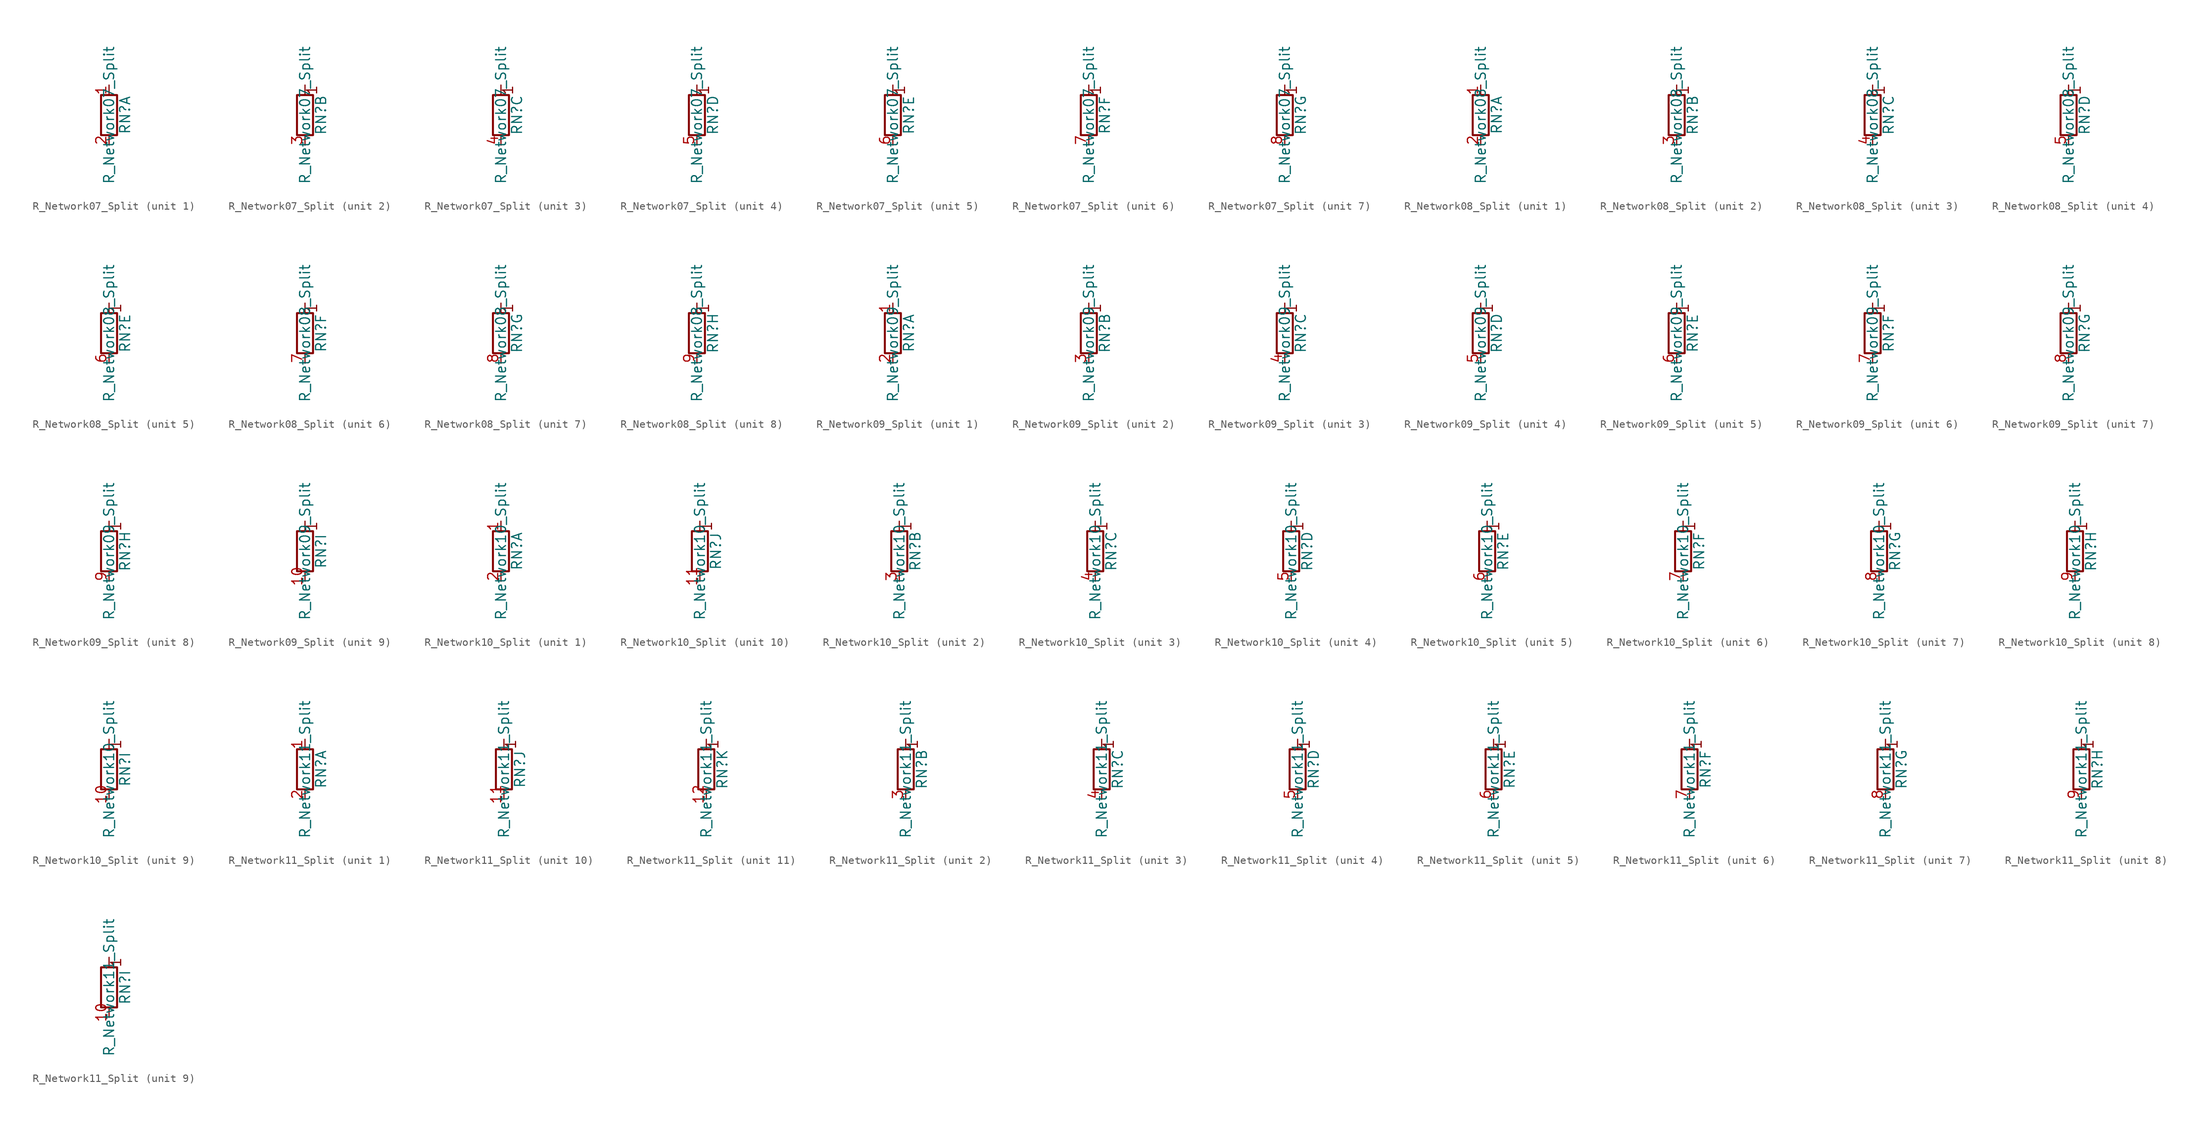
<source format=kicad_sym>
(kicad_symbol_lib
  (version 20220914)
  (generator kicad_symbol_editor)
  (symbol "R_Network07_Split"
    (pin_names
      (offset 0) hide)
    (property "Reference" "RN"
      (at 2.032 0 90)
      (effects (font (size 1.27 1.27))))
    (property "Value" "R_Network07_Split"
      (at 0 0 90)
      (effects (font (size 1.27 1.27))))
    (symbol "R_Network07_Split_0_1"
      (rectangle (start 1.016 2.54) (end -1.016 -2.54) (stroke (width 0.254) (type default)) (fill (type none))))
    (symbol "R_Network07_Split_1_1"
      (pin passive line (at 0 3.81 270) (length 1.27) (name "R1.1" (effects (font (size 1.27 1.27)))) (number "1" (effects (font (size 1.27 1.27)))))
      (pin passive line (at 0 -3.81 90) (length 1.27) (name "R1.2" (effects (font (size 1.27 1.27)))) (number "2" (effects (font (size 1.27 1.27))))))
    (symbol "R_Network07_Split_2_1"
      (polyline (pts (xy 0 2.54) (xy 0 3.81)) (stroke (width 0) (type default)) (fill (type none)))
      (text "1" (at 0.889 3.175 900) (effects (font (size 1.27 1.27))))
      (pin passive line (at 0 -3.81 90) (length 1.27) (name "R2.2" (effects (font (size 1.27 1.27)))) (number "3" (effects (font (size 1.27 1.27))))))
    (symbol "R_Network07_Split_3_1"
      (polyline (pts (xy 0 2.54) (xy 0 3.81)) (stroke (width 0) (type default)) (fill (type none)))
      (text "1" (at 0.889 3.175 900) (effects (font (size 1.27 1.27))))
      (pin passive line (at 0 -3.81 90) (length 1.27) (name "R3.2" (effects (font (size 1.27 1.27)))) (number "4" (effects (font (size 1.27 1.27))))))
    (symbol "R_Network07_Split_4_1"
      (polyline (pts (xy 0 2.54) (xy 0 3.81)) (stroke (width 0) (type default)) (fill (type none)))
      (text "1" (at 0.889 3.175 900) (effects (font (size 1.27 1.27))))
      (pin passive line (at 0 -3.81 90) (length 1.27) (name "R4.2" (effects (font (size 1.27 1.27)))) (number "5" (effects (font (size 1.27 1.27))))))
    (symbol "R_Network07_Split_5_1"
      (polyline (pts (xy 0 2.54) (xy 0 3.81)) (stroke (width 0) (type default)) (fill (type none)))
      (text "1" (at 0.889 3.175 900) (effects (font (size 1.27 1.27))))
      (pin passive line (at 0 -3.81 90) (length 1.27) (name "R5.2" (effects (font (size 1.27 1.27)))) (number "6" (effects (font (size 1.27 1.27))))))
    (symbol "R_Network07_Split_6_1"
      (polyline (pts (xy 0 2.54) (xy 0 3.81)) (stroke (width 0) (type default)) (fill (type none)))
      (text "1" (at 0.889 3.175 900) (effects (font (size 1.27 1.27))))
      (pin passive line (at 0 -3.81 90) (length 1.27) (name "R6.2" (effects (font (size 1.27 1.27)))) (number "7" (effects (font (size 1.27 1.27))))))
    (symbol "R_Network07_Split_7_1"
      (polyline (pts (xy 0 2.54) (xy 0 3.81)) (stroke (width 0) (type default)) (fill (type none)))
      (text "1" (at 0.889 3.175 900) (effects (font (size 1.27 1.27))))
      (pin passive line (at 0 -3.81 90) (length 1.27) (name "R7.2" (effects (font (size 1.27 1.27)))) (number "8" (effects (font (size 1.27 1.27)))))))
  (symbol "R_Network08_Split"
    (pin_names
      (offset 0) hide)
    (property "Reference" "RN"
      (at 2.032 0 90)
      (effects (font (size 1.27 1.27))))
    (property "Value" "R_Network08_Split"
      (at 0 0 90)
      (effects (font (size 1.27 1.27))))
    (symbol "R_Network08_Split_0_1"
      (rectangle (start 1.016 2.54) (end -1.016 -2.54) (stroke (width 0.254) (type default)) (fill (type none))))
    (symbol "R_Network08_Split_1_1"
      (pin passive line (at 0 3.81 270) (length 1.27) (name "R1.1" (effects (font (size 1.27 1.27)))) (number "1" (effects (font (size 1.27 1.27)))))
      (pin passive line (at 0 -3.81 90) (length 1.27) (name "R1.2" (effects (font (size 1.27 1.27)))) (number "2" (effects (font (size 1.27 1.27))))))
    (symbol "R_Network08_Split_2_1"
      (polyline (pts (xy 0 2.54) (xy 0 3.81)) (stroke (width 0) (type default)) (fill (type none)))
      (text "1" (at 0.889 3.175 900) (effects (font (size 1.27 1.27))))
      (pin passive line (at 0 -3.81 90) (length 1.27) (name "R2.2" (effects (font (size 1.27 1.27)))) (number "3" (effects (font (size 1.27 1.27))))))
    (symbol "R_Network08_Split_3_1"
      (polyline (pts (xy 0 2.54) (xy 0 3.81)) (stroke (width 0) (type default)) (fill (type none)))
      (text "1" (at 0.889 3.175 900) (effects (font (size 1.27 1.27))))
      (pin passive line (at 0 -3.81 90) (length 1.27) (name "R3.2" (effects (font (size 1.27 1.27)))) (number "4" (effects (font (size 1.27 1.27))))))
    (symbol "R_Network08_Split_4_1"
      (polyline (pts (xy 0 2.54) (xy 0 3.81)) (stroke (width 0) (type default)) (fill (type none)))
      (text "1" (at 0.889 3.175 900) (effects (font (size 1.27 1.27))))
      (pin passive line (at 0 -3.81 90) (length 1.27) (name "R4.2" (effects (font (size 1.27 1.27)))) (number "5" (effects (font (size 1.27 1.27))))))
    (symbol "R_Network08_Split_5_1"
      (polyline (pts (xy 0 2.54) (xy 0 3.81)) (stroke (width 0) (type default)) (fill (type none)))
      (text "1" (at 0.889 3.175 900) (effects (font (size 1.27 1.27))))
      (pin passive line (at 0 -3.81 90) (length 1.27) (name "R5.2" (effects (font (size 1.27 1.27)))) (number "6" (effects (font (size 1.27 1.27))))))
    (symbol "R_Network08_Split_6_1"
      (polyline (pts (xy 0 2.54) (xy 0 3.81)) (stroke (width 0) (type default)) (fill (type none)))
      (text "1" (at 0.889 3.175 900) (effects (font (size 1.27 1.27))))
      (pin passive line (at 0 -3.81 90) (length 1.27) (name "R6.2" (effects (font (size 1.27 1.27)))) (number "7" (effects (font (size 1.27 1.27))))))
    (symbol "R_Network08_Split_7_1"
      (polyline (pts (xy 0 2.54) (xy 0 3.81)) (stroke (width 0) (type default)) (fill (type none)))
      (text "1" (at 0.889 3.175 900) (effects (font (size 1.27 1.27))))
      (pin passive line (at 0 -3.81 90) (length 1.27) (name "R7.2" (effects (font (size 1.27 1.27)))) (number "8" (effects (font (size 1.27 1.27))))))
    (symbol "R_Network08_Split_8_1"
      (polyline (pts (xy 0 2.54) (xy 0 3.81)) (stroke (width 0) (type default)) (fill (type none)))
      (text "1" (at 0.889 3.175 900) (effects (font (size 1.27 1.27))))
      (pin passive line (at 0 -3.81 90) (length 1.27) (name "R8.2" (effects (font (size 1.27 1.27)))) (number "9" (effects (font (size 1.27 1.27)))))))
  (symbol "R_Network09_Split"
    (pin_names
      (offset 0) hide)
    (property "Reference" "RN"
      (at 2.032 0 90)
      (effects (font (size 1.27 1.27))))
    (property "Value" "R_Network09_Split"
      (at 0 0 90)
      (effects (font (size 1.27 1.27))))
    (symbol "R_Network09_Split_0_1"
      (rectangle (start 1.016 2.54) (end -1.016 -2.54) (stroke (width 0.254) (type default)) (fill (type none))))
    (symbol "R_Network09_Split_1_1"
      (pin passive line (at 0 3.81 270) (length 1.27) (name "R1.1" (effects (font (size 1.27 1.27)))) (number "1" (effects (font (size 1.27 1.27)))))
      (pin passive line (at 0 -3.81 90) (length 1.27) (name "R1.2" (effects (font (size 1.27 1.27)))) (number "2" (effects (font (size 1.27 1.27))))))
    (symbol "R_Network09_Split_2_1"
      (polyline (pts (xy 0 2.54) (xy 0 3.81)) (stroke (width 0) (type default)) (fill (type none)))
      (text "1" (at 0.889 3.175 900) (effects (font (size 1.27 1.27))))
      (pin passive line (at 0 -3.81 90) (length 1.27) (name "R2.2" (effects (font (size 1.27 1.27)))) (number "3" (effects (font (size 1.27 1.27))))))
    (symbol "R_Network09_Split_3_1"
      (polyline (pts (xy 0 2.54) (xy 0 3.81)) (stroke (width 0) (type default)) (fill (type none)))
      (text "1" (at 0.889 3.175 900) (effects (font (size 1.27 1.27))))
      (pin passive line (at 0 -3.81 90) (length 1.27) (name "R3.2" (effects (font (size 1.27 1.27)))) (number "4" (effects (font (size 1.27 1.27))))))
    (symbol "R_Network09_Split_4_1"
      (polyline (pts (xy 0 2.54) (xy 0 3.81)) (stroke (width 0) (type default)) (fill (type none)))
      (text "1" (at 0.889 3.175 900) (effects (font (size 1.27 1.27))))
      (pin passive line (at 0 -3.81 90) (length 1.27) (name "R4.2" (effects (font (size 1.27 1.27)))) (number "5" (effects (font (size 1.27 1.27))))))
    (symbol "R_Network09_Split_5_1"
      (polyline (pts (xy 0 2.54) (xy 0 3.81)) (stroke (width 0) (type default)) (fill (type none)))
      (text "1" (at 0.889 3.175 900) (effects (font (size 1.27 1.27))))
      (pin passive line (at 0 -3.81 90) (length 1.27) (name "R5.2" (effects (font (size 1.27 1.27)))) (number "6" (effects (font (size 1.27 1.27))))))
    (symbol "R_Network09_Split_6_1"
      (polyline (pts (xy 0 2.54) (xy 0 3.81)) (stroke (width 0) (type default)) (fill (type none)))
      (text "1" (at 0.889 3.175 900) (effects (font (size 1.27 1.27))))
      (pin passive line (at 0 -3.81 90) (length 1.27) (name "R6.2" (effects (font (size 1.27 1.27)))) (number "7" (effects (font (size 1.27 1.27))))))
    (symbol "R_Network09_Split_7_1"
      (polyline (pts (xy 0 2.54) (xy 0 3.81)) (stroke (width 0) (type default)) (fill (type none)))
      (text "1" (at 0.889 3.175 900) (effects (font (size 1.27 1.27))))
      (pin passive line (at 0 -3.81 90) (length 1.27) (name "R7.2" (effects (font (size 1.27 1.27)))) (number "8" (effects (font (size 1.27 1.27))))))
    (symbol "R_Network09_Split_8_1"
      (polyline (pts (xy 0 2.54) (xy 0 3.81)) (stroke (width 0) (type default)) (fill (type none)))
      (text "1" (at 0.889 3.175 900) (effects (font (size 1.27 1.27))))
      (pin passive line (at 0 -3.81 90) (length 1.27) (name "R8.2" (effects (font (size 1.27 1.27)))) (number "9" (effects (font (size 1.27 1.27))))))
    (symbol "R_Network09_Split_9_1"
      (polyline (pts (xy 0 2.54) (xy 0 3.81)) (stroke (width 0) (type default)) (fill (type none)))
      (text "1" (at 0.889 3.175 900) (effects (font (size 1.27 1.27))))
      (pin passive line (at 0 -3.81 90) (length 1.27) (name "R9.2" (effects (font (size 1.27 1.27)))) (number "10" (effects (font (size 1.27 1.27)))))))
  (symbol "R_Network10_Split"
    (pin_names
      (offset 0) hide)
    (property "Reference" "RN"
      (at 2.032 0 90)
      (effects (font (size 1.27 1.27))))
    (property "Value" "R_Network10_Split"
      (at 0 0 90)
      (effects (font (size 1.27 1.27))))
    (symbol "R_Network10_Split_0_1"
      (rectangle (start 1.016 2.54) (end -1.016 -2.54) (stroke (width 0.254) (type default)) (fill (type none))))
    (symbol "R_Network10_Split_1_1"
      (pin passive line (at 0 3.81 270) (length 1.27) (name "R1.1" (effects (font (size 1.27 1.27)))) (number "1" (effects (font (size 1.27 1.27)))))
      (pin passive line (at 0 -3.81 90) (length 1.27) (name "R1.2" (effects (font (size 1.27 1.27)))) (number "2" (effects (font (size 1.27 1.27))))))
    (symbol "R_Network10_Split_2_1"
      (polyline (pts (xy 0 2.54) (xy 0 3.81)) (stroke (width 0) (type default)) (fill (type none)))
      (text "1" (at 0.889 3.175 900) (effects (font (size 1.27 1.27))))
      (pin passive line (at 0 -3.81 90) (length 1.27) (name "R2.2" (effects (font (size 1.27 1.27)))) (number "3" (effects (font (size 1.27 1.27))))))
    (symbol "R_Network10_Split_3_1"
      (polyline (pts (xy 0 2.54) (xy 0 3.81)) (stroke (width 0) (type default)) (fill (type none)))
      (text "1" (at 0.889 3.175 900) (effects (font (size 1.27 1.27))))
      (pin passive line (at 0 -3.81 90) (length 1.27) (name "R3.2" (effects (font (size 1.27 1.27)))) (number "4" (effects (font (size 1.27 1.27))))))
    (symbol "R_Network10_Split_4_1"
      (polyline (pts (xy 0 2.54) (xy 0 3.81)) (stroke (width 0) (type default)) (fill (type none)))
      (text "1" (at 0.889 3.175 900) (effects (font (size 1.27 1.27))))
      (pin passive line (at 0 -3.81 90) (length 1.27) (name "R4.2" (effects (font (size 1.27 1.27)))) (number "5" (effects (font (size 1.27 1.27))))))
    (symbol "R_Network10_Split_5_1"
      (polyline (pts (xy 0 2.54) (xy 0 3.81)) (stroke (width 0) (type default)) (fill (type none)))
      (text "1" (at 0.889 3.175 900) (effects (font (size 1.27 1.27))))
      (pin passive line (at 0 -3.81 90) (length 1.27) (name "R5.2" (effects (font (size 1.27 1.27)))) (number "6" (effects (font (size 1.27 1.27))))))
    (symbol "R_Network10_Split_6_1"
      (polyline (pts (xy 0 2.54) (xy 0 3.81)) (stroke (width 0) (type default)) (fill (type none)))
      (text "1" (at 0.889 3.175 900) (effects (font (size 1.27 1.27))))
      (pin passive line (at 0 -3.81 90) (length 1.27) (name "R6.2" (effects (font (size 1.27 1.27)))) (number "7" (effects (font (size 1.27 1.27))))))
    (symbol "R_Network10_Split_7_1"
      (polyline (pts (xy 0 2.54) (xy 0 3.81)) (stroke (width 0) (type default)) (fill (type none)))
      (text "1" (at 0.889 3.175 900) (effects (font (size 1.27 1.27))))
      (pin passive line (at 0 -3.81 90) (length 1.27) (name "R7.2" (effects (font (size 1.27 1.27)))) (number "8" (effects (font (size 1.27 1.27))))))
    (symbol "R_Network10_Split_8_1"
      (polyline (pts (xy 0 2.54) (xy 0 3.81)) (stroke (width 0) (type default)) (fill (type none)))
      (text "1" (at 0.889 3.175 900) (effects (font (size 1.27 1.27))))
      (pin passive line (at 0 -3.81 90) (length 1.27) (name "R8.2" (effects (font (size 1.27 1.27)))) (number "9" (effects (font (size 1.27 1.27))))))
    (symbol "R_Network10_Split_9_1"
      (polyline (pts (xy 0 2.54) (xy 0 3.81)) (stroke (width 0) (type default)) (fill (type none)))
      (text "1" (at 0.889 3.175 900) (effects (font (size 1.27 1.27))))
      (pin passive line (at 0 -3.81 90) (length 1.27) (name "R9.2" (effects (font (size 1.27 1.27)))) (number "10" (effects (font (size 1.27 1.27))))))
    (symbol "R_Network10_Split_10_1"
      (polyline (pts (xy 0 2.54) (xy 0 3.81)) (stroke (width 0) (type default)) (fill (type none)))
      (text "1" (at 0.889 3.175 900) (effects (font (size 1.27 1.27))))
      (pin passive line (at 0 -3.81 90) (length 1.27) (name "R10.2" (effects (font (size 1.27 1.27)))) (number "11" (effects (font (size 1.27 1.27)))))))
  (symbol "R_Network11_Split"
    (pin_names
      (offset 0) hide)
    (property "Reference" "RN"
      (at 2.032 0 90)
      (effects (font (size 1.27 1.27))))
    (property "Value" "R_Network11_Split"
      (at 0 0 90)
      (effects (font (size 1.27 1.27))))
    (symbol "R_Network11_Split_0_1"
      (rectangle (start 1.016 2.54) (end -1.016 -2.54) (stroke (width 0.254) (type default)) (fill (type none))))
    (symbol "R_Network11_Split_1_1"
      (pin passive line (at 0 3.81 270) (length 1.27) (name "R1.1" (effects (font (size 1.27 1.27)))) (number "1" (effects (font (size 1.27 1.27)))))
      (pin passive line (at 0 -3.81 90) (length 1.27) (name "R1.2" (effects (font (size 1.27 1.27)))) (number "2" (effects (font (size 1.27 1.27))))))
    (symbol "R_Network11_Split_2_1"
      (polyline (pts (xy 0 2.54) (xy 0 3.81)) (stroke (width 0) (type default)) (fill (type none)))
      (text "1" (at 0.889 3.175 900) (effects (font (size 1.27 1.27))))
      (pin passive line (at 0 -3.81 90) (length 1.27) (name "R2.2" (effects (font (size 1.27 1.27)))) (number "3" (effects (font (size 1.27 1.27))))))
    (symbol "R_Network11_Split_3_1"
      (polyline (pts (xy 0 2.54) (xy 0 3.81)) (stroke (width 0) (type default)) (fill (type none)))
      (text "1" (at 0.889 3.175 900) (effects (font (size 1.27 1.27))))
      (pin passive line (at 0 -3.81 90) (length 1.27) (name "R3.2" (effects (font (size 1.27 1.27)))) (number "4" (effects (font (size 1.27 1.27))))))
    (symbol "R_Network11_Split_4_1"
      (polyline (pts (xy 0 2.54) (xy 0 3.81)) (stroke (width 0) (type default)) (fill (type none)))
      (text "1" (at 0.889 3.175 900) (effects (font (size 1.27 1.27))))
      (pin passive line (at 0 -3.81 90) (length 1.27) (name "R4.2" (effects (font (size 1.27 1.27)))) (number "5" (effects (font (size 1.27 1.27))))))
    (symbol "R_Network11_Split_5_1"
      (polyline (pts (xy 0 2.54) (xy 0 3.81)) (stroke (width 0) (type default)) (fill (type none)))
      (text "1" (at 0.889 3.175 900) (effects (font (size 1.27 1.27))))
      (pin passive line (at 0 -3.81 90) (length 1.27) (name "R5.2" (effects (font (size 1.27 1.27)))) (number "6" (effects (font (size 1.27 1.27))))))
    (symbol "R_Network11_Split_6_1"
      (polyline (pts (xy 0 2.54) (xy 0 3.81)) (stroke (width 0) (type default)) (fill (type none)))
      (text "1" (at 0.889 3.175 900) (effects (font (size 1.27 1.27))))
      (pin passive line (at 0 -3.81 90) (length 1.27) (name "R6.2" (effects (font (size 1.27 1.27)))) (number "7" (effects (font (size 1.27 1.27))))))
    (symbol "R_Network11_Split_7_1"
      (polyline (pts (xy 0 2.54) (xy 0 3.81)) (stroke (width 0) (type default)) (fill (type none)))
      (text "1" (at 0.889 3.175 900) (effects (font (size 1.27 1.27))))
      (pin passive line (at 0 -3.81 90) (length 1.27) (name "R7.2" (effects (font (size 1.27 1.27)))) (number "8" (effects (font (size 1.27 1.27))))))
    (symbol "R_Network11_Split_8_1"
      (polyline (pts (xy 0 2.54) (xy 0 3.81)) (stroke (width 0) (type default)) (fill (type none)))
      (text "1" (at 0.889 3.175 900) (effects (font (size 1.27 1.27))))
      (pin passive line (at 0 -3.81 90) (length 1.27) (name "R8.2" (effects (font (size 1.27 1.27)))) (number "9" (effects (font (size 1.27 1.27))))))
    (symbol "R_Network11_Split_9_1"
      (polyline (pts (xy 0 2.54) (xy 0 3.81)) (stroke (width 0) (type default)) (fill (type none)))
      (text "1" (at 0.889 3.175 900) (effects (font (size 1.27 1.27))))
      (pin passive line (at 0 -3.81 90) (length 1.27) (name "R9.2" (effects (font (size 1.27 1.27)))) (number "10" (effects (font (size 1.27 1.27))))))
    (symbol "R_Network11_Split_10_1"
      (polyline (pts (xy 0 2.54) (xy 0 3.81)) (stroke (width 0) (type default)) (fill (type none)))
      (text "1" (at 0.889 3.175 900) (effects (font (size 1.27 1.27))))
      (pin passive line (at 0 -3.81 90) (length 1.27) (name "R10.2" (effects (font (size 1.27 1.27)))) (number "11" (effects (font (size 1.27 1.27))))))
    (symbol "R_Network11_Split_11_1"
      (polyline (pts (xy 0 2.54) (xy 0 3.81)) (stroke (width 0) (type default)) (fill (type none)))
      (text "1" (at 0.889 3.175 900) (effects (font (size 1.27 1.27))))
      (pin passive line (at 0 -3.81 90) (length 1.27) (name "R11.2" (effects (font (size 1.27 1.27)))) (number "12" (effects (font (size 1.27 1.27))))))))
</source>
